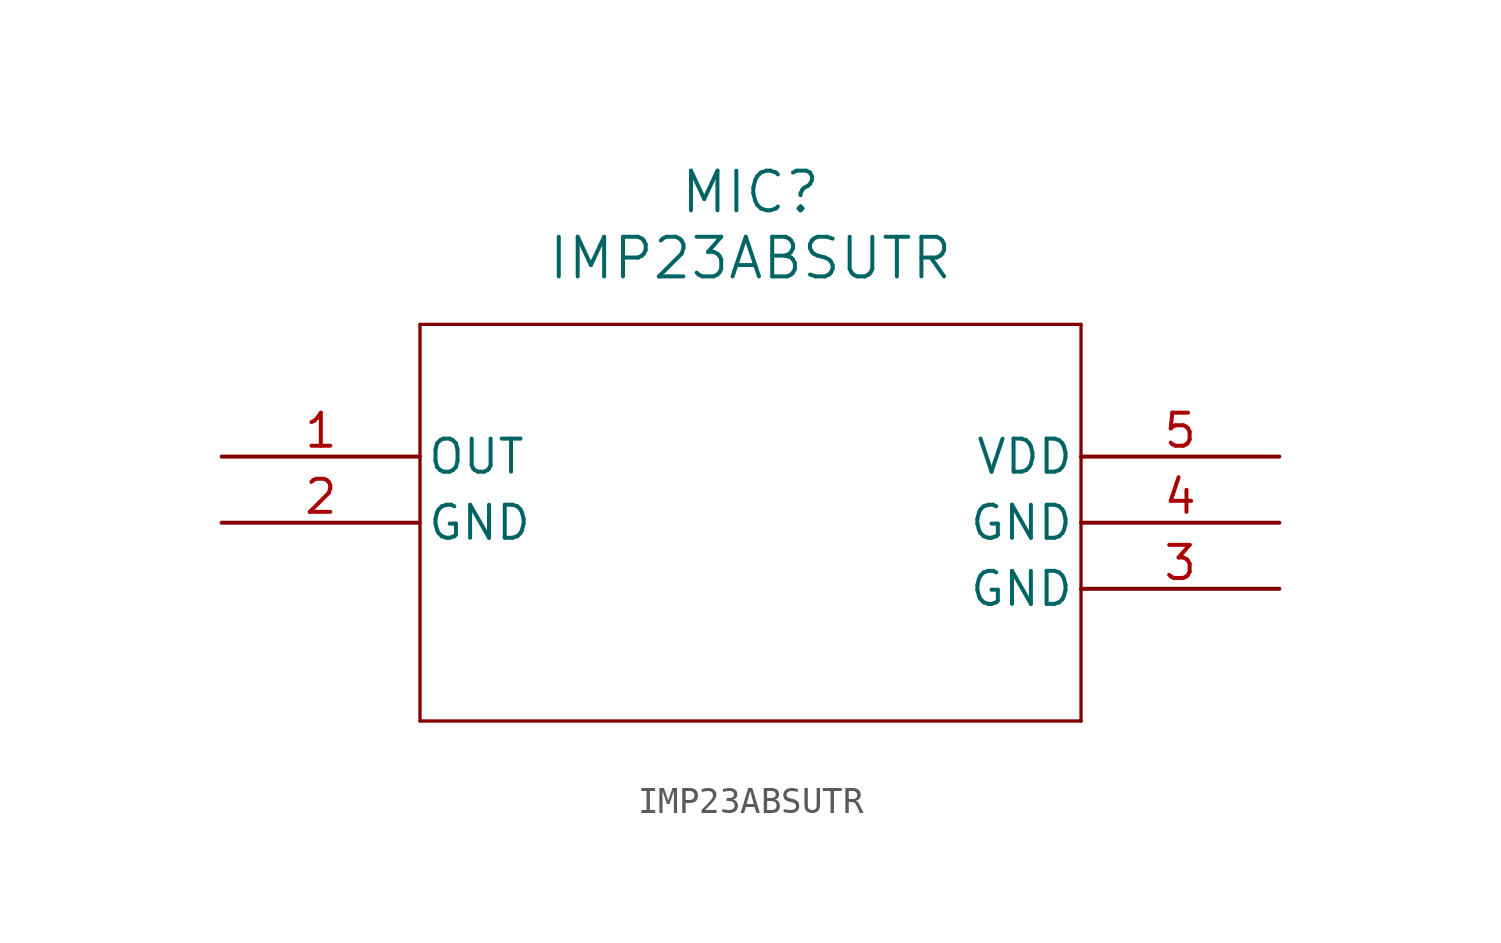
<source format=kicad_sym>
(kicad_symbol_lib
  (version 20211014)
  (generator kicad_symbol_editor)
  (symbol "IMP23ABSUTR"
    (pin_names
      (offset 0.254))
    (property "Reference" "MIC"
      (at 20.32 10.16 0)
      (effects (font (size 1.524 1.524))))
    (property "Value" "IMP23ABSUTR"
      (at 20.32 7.62 0)
      (effects (font (size 1.524 1.524))))
    (symbol "IMP23ABSUTR_0_1"
      (polyline (pts (xy 7.62 5.08) (xy 7.62 -10.16)) (stroke (width 0.127) (type default) (color 0 0 0 0)) (fill (type none)))
      (polyline (pts (xy 7.62 -10.16) (xy 33.02 -10.16)) (stroke (width 0.127) (type default) (color 0 0 0 0)) (fill (type none)))
      (polyline (pts (xy 33.02 -10.16) (xy 33.02 5.08)) (stroke (width 0.127) (type default) (color 0 0 0 0)) (fill (type none)))
      (polyline (pts (xy 33.02 5.08) (xy 7.62 5.08)) (stroke (width 0.127) (type default) (color 0 0 0 0)) (fill (type none)))
      (pin output line (at 0 0 0) (length 7.62) (name "OUT" (effects (font (size 1.27 1.27)))) (number "1" (effects (font (size 1.27 1.27)))))
      (pin power_out line (at 0 -2.54 0) (length 7.62) (name "GND" (effects (font (size 1.27 1.27)))) (number "2" (effects (font (size 1.27 1.27)))))
      (pin power_out line (at 40.64 -5.08 180) (length 7.62) (name "GND" (effects (font (size 1.27 1.27)))) (number "3" (effects (font (size 1.27 1.27)))))
      (pin power_out line (at 40.64 -2.54 180) (length 7.62) (name "GND" (effects (font (size 1.27 1.27)))) (number "4" (effects (font (size 1.27 1.27)))))
      (pin power_in line (at 40.64 0 180) (length 7.62) (name "VDD" (effects (font (size 1.27 1.27)))) (number "5" (effects (font (size 1.27 1.27))))))))
</source>
